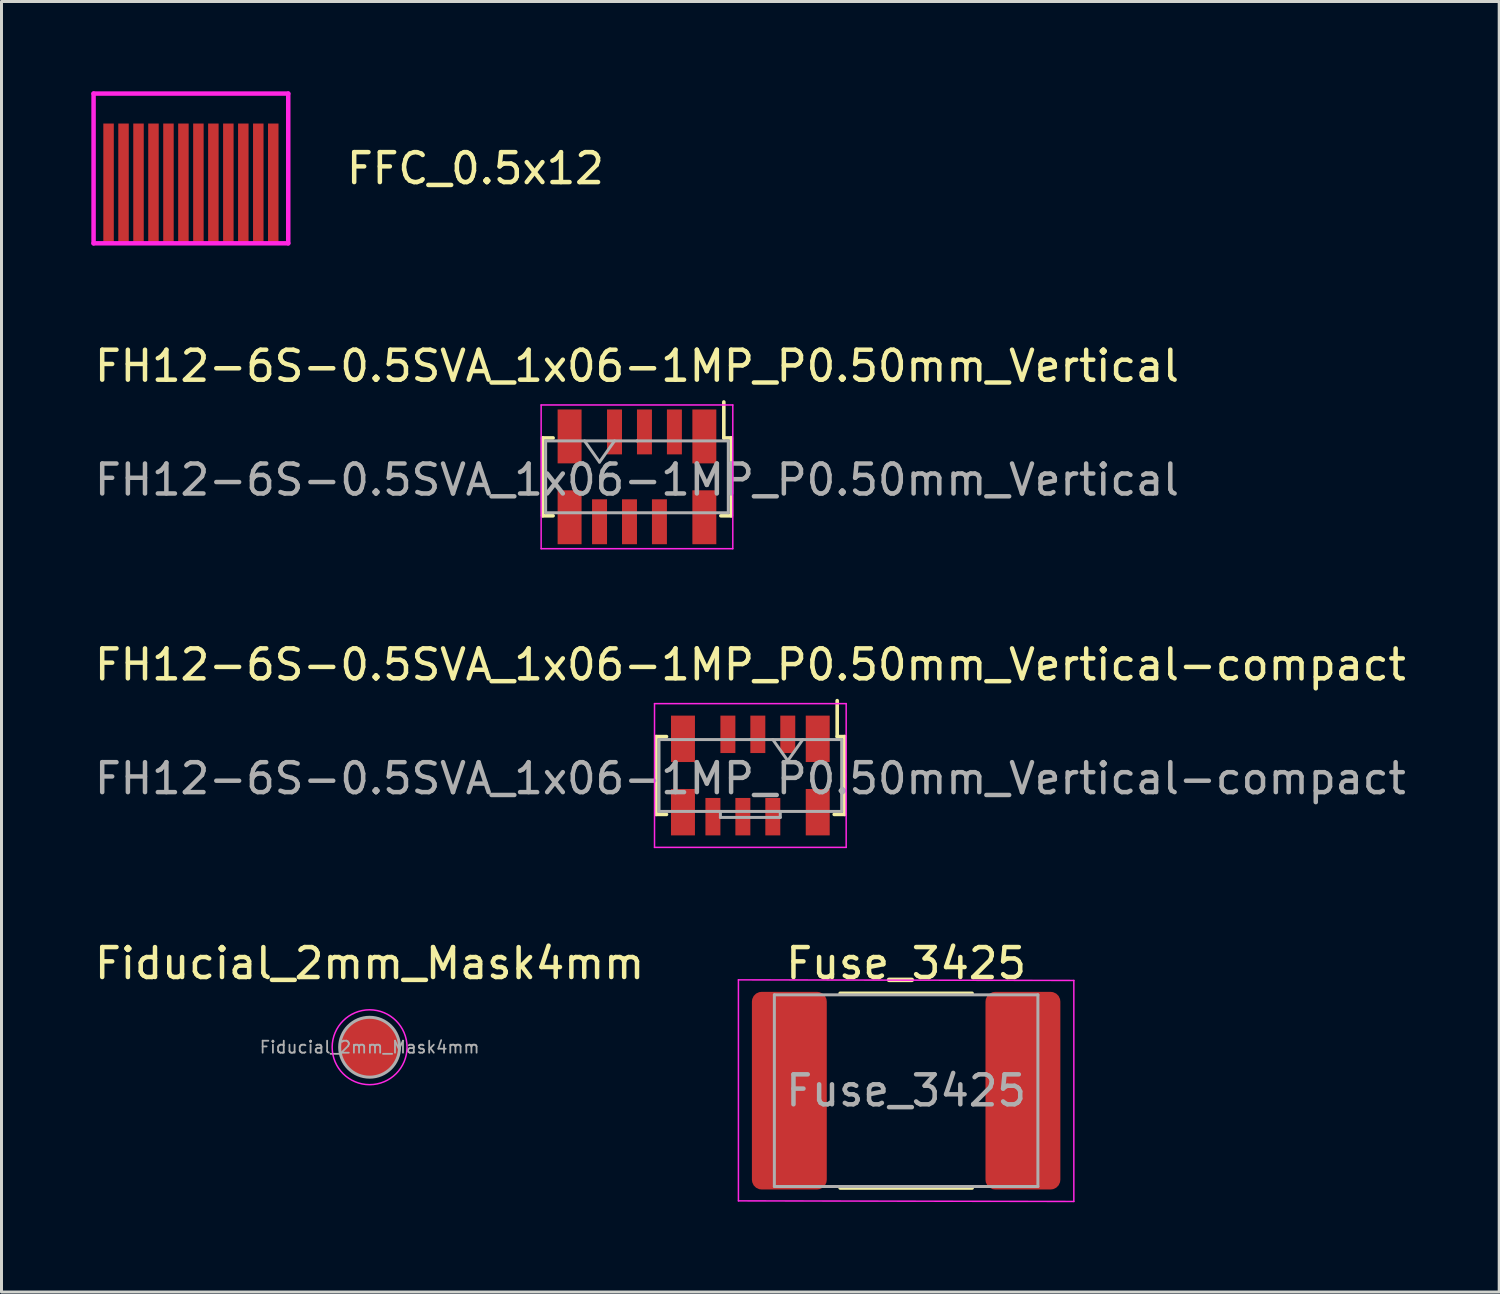
<source format=kicad_pcb>
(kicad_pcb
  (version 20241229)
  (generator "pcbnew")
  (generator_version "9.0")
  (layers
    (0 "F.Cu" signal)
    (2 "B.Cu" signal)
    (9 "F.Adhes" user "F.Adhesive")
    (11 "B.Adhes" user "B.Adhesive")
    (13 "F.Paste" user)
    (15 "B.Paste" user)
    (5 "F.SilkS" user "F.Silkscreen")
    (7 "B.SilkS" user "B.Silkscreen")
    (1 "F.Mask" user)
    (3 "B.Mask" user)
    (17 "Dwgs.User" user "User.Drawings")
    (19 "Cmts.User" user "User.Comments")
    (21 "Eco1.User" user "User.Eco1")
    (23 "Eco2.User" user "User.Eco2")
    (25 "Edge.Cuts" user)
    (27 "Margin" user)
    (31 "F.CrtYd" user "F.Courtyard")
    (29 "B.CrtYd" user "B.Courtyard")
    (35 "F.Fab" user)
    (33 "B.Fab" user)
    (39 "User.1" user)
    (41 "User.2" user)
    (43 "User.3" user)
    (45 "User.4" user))
  (footprint "FH12-6S-0.5SVA_1x06-1MP_P0.50mm_Vertical"
    (layer "F.Cu")
    (at 18.22 12.873)
    (property "Reference" "FH12-6S-0.5SVA_1x06-1MP_P0.50mm_Vertical" (at 0 -3.7 0) (layer "F.SilkS") (effects (font (size 1 1) (thickness 0.15))))
    (attr smd)
    (fp_line (start -3.15 -1.3) (end -3.15 1.3) (stroke (width 0.12) (type solid)) (layer "F.SilkS"))
    (fp_line (start -2.8 -1.3) (end -3.15 -1.3) (stroke (width 0.12) (type solid)) (layer "F.SilkS"))
    (fp_line (start -2.8 1.3) (end -3.15 1.3) (stroke (width 0.12) (type solid)) (layer "F.SilkS"))
    (fp_line (start 2.8 1.3) (end 3.15 1.3) (stroke (width 0.12) (type solid)) (layer "F.SilkS"))
    (fp_line (start 2.9 -1.3) (end 2.9 -2.5) (stroke (width 0.12) (type solid)) (layer "F.SilkS"))
    (fp_line (start 2.9 -1.3) (end 3.15 -1.3) (stroke (width 0.12) (type solid)) (layer "F.SilkS"))
    (fp_line (start 3.15 -1.3) (end 3.15 0.04) (stroke (width 0.12) (type solid)) (layer "F.SilkS"))
    (fp_line (start 3.15 1.3) (end 3.15 -0.04) (stroke (width 0.12) (type solid)) (layer "F.SilkS"))
    (fp_line (start -3.2 -2.4) (end -3.2 2.4) (stroke (width 0.05) (type solid)) (layer "F.CrtYd"))
    (fp_line (start 3.2 -2.4) (end -3.2 -2.4) (stroke (width 0.05) (type solid)) (layer "F.CrtYd"))
    (fp_line (start 3.2 2.4) (end -3.2 2.4) (stroke (width 0.05) (type solid)) (layer "F.CrtYd"))
    (fp_line (start 3.2 2.4) (end 3.2 -2.4) (stroke (width 0.05) (type solid)) (layer "F.CrtYd"))
    (fp_line (start -3.05 -1.2) (end -3.05 1.2) (stroke (width 0.1) (type solid)) (layer "F.Fab"))
    (fp_line (start -1.75 -1.2) (end -1.25 -0.493) (stroke (width 0.1) (type solid)) (layer "F.Fab"))
    (fp_line (start -1.25 -0.493) (end -0.75 -1.2) (stroke (width 0.1) (type solid)) (layer "F.Fab"))
    (fp_line (start 0 -1.2) (end -3.05 -1.2) (stroke (width 0.1) (type solid)) (layer "F.Fab"))
    (fp_line (start 0 -1.2) (end 3.05 -1.2) (stroke (width 0.1) (type solid)) (layer "F.Fab"))
    (fp_line (start 3.05 -1.2) (end 3.05 1.2) (stroke (width 0.1) (type solid)) (layer "F.Fab"))
    (fp_line (start 3.05 1.2) (end -3.05 1.2) (stroke (width 0.1) (type solid)) (layer "F.Fab"))
    (fp_text user "${REFERENCE}" (at 0 0.1 0) (layer "F.Fab") (effects (font (size 1 1) (thickness 0.15))))
    (pad "1" smd rect (at 1.25 -1.5) (size 0.5 1.5) (layers "F.Cu" "F.Mask" "F.Paste"))
    (pad "2" smd rect (at 0.75 1.5) (size 0.5 1.5) (layers "F.Cu" "F.Mask" "F.Paste"))
    (pad "3" smd rect (at 0.25 -1.5) (size 0.5 1.5) (layers "F.Cu" "F.Mask" "F.Paste"))
    (pad "4" smd rect (at -0.25 1.5) (size 0.5 1.5) (layers "F.Cu" "F.Mask" "F.Paste"))
    (pad "5" smd rect (at -0.75 -1.5) (size 0.5 1.5) (layers "F.Cu" "F.Mask" "F.Paste"))
    (pad "6" smd rect (at -1.25 1.5) (size 0.5 1.5) (layers "F.Cu" "F.Mask" "F.Paste"))
    (pad "MP" smd rect (at -2.25 -1.35) (size 0.8 1.8) (layers "F.Cu" "F.Mask" "F.Paste"))
    (pad "MP" smd rect (at -2.25 1.35) (size 0.8 1.8) (layers "F.Cu" "F.Mask" "F.Paste"))
    (pad "MP" smd rect (at 2.25 -1.35 180) (size 0.8 1.8) (layers "F.Cu" "F.Mask" "F.Paste"))
    (pad "MP" smd rect (at 2.25 1.35 180) (size 0.8 1.8) (layers "F.Cu" "F.Mask" "F.Paste")))
  (footprint "FH12-6S-0.5SVA_1x06-1MP_P0.50mm_Vertical-compact"
    (layer "F.Cu")
    (at 22.006 22.846)
    (property "Reference" "FH12-6S-0.5SVA_1x06-1MP_P0.50mm_Vertical-compact" (at 0 -3.7 0) (layer "F.SilkS") (effects (font (size 1 1) (thickness 0.15))))
    (attr smd)
    (fp_line (start -3.15 -1.3) (end -3.15 1.3) (stroke (width 0.12) (type solid)) (layer "F.SilkS"))
    (fp_line (start -2.8 -1.3) (end -3.15 -1.3) (stroke (width 0.12) (type solid)) (layer "F.SilkS"))
    (fp_line (start -2.8 1.3) (end -3.15 1.3) (stroke (width 0.12) (type solid)) (layer "F.SilkS"))
    (fp_line (start 2.8 1.3) (end 3.15 1.3) (stroke (width 0.12) (type solid)) (layer "F.SilkS"))
    (fp_line (start 2.9 -1.3) (end 2.9 -2.5) (stroke (width 0.12) (type solid)) (layer "F.SilkS"))
    (fp_line (start 2.9 -1.3) (end 3.15 -1.3) (stroke (width 0.12) (type solid)) (layer "F.SilkS"))
    (fp_line (start 3.15 -1.3) (end 3.15 0.04) (stroke (width 0.12) (type solid)) (layer "F.SilkS"))
    (fp_line (start 3.15 1.3) (end 3.15 -0.04) (stroke (width 0.12) (type solid)) (layer "F.SilkS"))
    (fp_line (start -3.2 -2.4) (end -3.2 2.4) (stroke (width 0.05) (type solid)) (layer "F.CrtYd"))
    (fp_line (start 3.2 -2.4) (end -3.2 -2.4) (stroke (width 0.05) (type solid)) (layer "F.CrtYd"))
    (fp_line (start 3.2 2.4) (end -3.2 2.4) (stroke (width 0.05) (type solid)) (layer "F.CrtYd"))
    (fp_line (start 3.2 2.4) (end 3.2 -2.4) (stroke (width 0.05) (type solid)) (layer "F.CrtYd"))
    (fp_line (start -3.05 -1.2) (end -3.05 1.2) (stroke (width 0.1) (type solid)) (layer "F.Fab"))
    (fp_line (start -1 1.2) (end -1 1.4) (stroke (width 0.1) (type solid)) (layer "F.Fab"))
    (fp_line (start -1 1.4) (end 1 1.4) (stroke (width 0.1) (type solid)) (layer "F.Fab"))
    (fp_line (start 0 -1.2) (end -3.05 -1.2) (stroke (width 0.1) (type solid)) (layer "F.Fab"))
    (fp_line (start 0 -1.2) (end 3.05 -1.2) (stroke (width 0.1) (type solid)) (layer "F.Fab"))
    (fp_line (start 0.75 -1.2) (end 1.25 -0.493) (stroke (width 0.1) (type solid)) (layer "F.Fab"))
    (fp_line (start 1 1.2) (end 1 1.4) (stroke (width 0.1) (type solid)) (layer "F.Fab"))
    (fp_line (start 1.25 -0.493) (end 1.75 -1.2) (stroke (width 0.1) (type solid)) (layer "F.Fab"))
    (fp_line (start 3.05 -1.2) (end 3.05 1.2) (stroke (width 0.1) (type solid)) (layer "F.Fab"))
    (fp_line (start 3.05 1.2) (end -3.05 1.2) (stroke (width 0.1) (type solid)) (layer "F.Fab"))
    (fp_text user "${REFERENCE}" (at 0 0.1 0) (layer "F.Fab") (effects (font (size 1 1) (thickness 0.15))))
    (pad "1" smd rect (at 1.25 -1.375) (size 0.5 1.25) (layers "F.Cu" "F.Mask" "F.Paste"))
    (pad "2" smd rect (at 0.75 1.375) (size 0.5 1.25) (layers "F.Cu" "F.Mask" "F.Paste"))
    (pad "3" smd rect (at 0.25 -1.375) (size 0.5 1.25) (layers "F.Cu" "F.Mask" "F.Paste"))
    (pad "4" smd rect (at -0.25 1.375) (size 0.5 1.25) (layers "F.Cu" "F.Mask" "F.Paste"))
    (pad "5" smd rect (at -0.75 -1.375) (size 0.5 1.25) (layers "F.Cu" "F.Mask" "F.Paste"))
    (pad "6" smd rect (at -1.25 1.375) (size 0.5 1.25) (layers "F.Cu" "F.Mask" "F.Paste"))
    (pad "MP" smd rect (at -2.25 -1.225) (size 0.8 1.55) (layers "F.Cu" "F.Mask" "F.Paste"))
    (pad "MP" smd rect (at -2.25 1.225) (size 0.8 1.55) (layers "F.Cu" "F.Mask" "F.Paste"))
    (pad "MP" smd rect (at 2.25 -1.225 180) (size 0.8 1.55) (layers "F.Cu" "F.Mask" "F.Paste"))
    (pad "MP" smd rect (at 2.25 1.225 180) (size 0.8 1.55) (layers "F.Cu" "F.Mask" "F.Paste")))
  (footprint "FFC_0.5x12"
    (layer "F.Cu")
    (at 3.325 5.075)
    (property "Reference" "FFC_0.5x12" (at 9.5 -2.5 0) (layer "F.SilkS") (effects (font (size 1 1) (thickness 0.15))))
    (attr through_hole)
    (fp_line (start -3.25 -5) (end -3.25 0) (stroke (width 0.15) (type solid)) (layer "F.CrtYd"))
    (fp_line (start -3.25 0) (end 3.25 0) (stroke (width 0.15) (type solid)) (layer "F.CrtYd"))
    (fp_line (start 3.25 -5) (end -3.25 -5) (stroke (width 0.15) (type solid)) (layer "F.CrtYd"))
    (fp_line (start 3.25 0) (end 3.25 -5) (stroke (width 0.15) (type solid)) (layer "F.CrtYd"))
    (pad "1" connect rect (at -2.75 -2) (size 0.35 4) (layers "F.Cu" "F.Mask"))
    (pad "2" connect rect (at -2.25 -2) (size 0.35 4) (layers "F.Cu" "F.Mask"))
    (pad "3" connect rect (at -1.75 -2) (size 0.35 4) (layers "F.Cu" "F.Mask"))
    (pad "4" connect rect (at -1.25 -2) (size 0.35 4) (layers "F.Cu" "F.Mask"))
    (pad "5" connect rect (at -0.75 -2) (size 0.35 4) (layers "F.Cu" "F.Mask"))
    (pad "6" connect rect (at -0.25 -2) (size 0.35 4) (layers "F.Cu" "F.Mask"))
    (pad "7" connect rect (at 0.25 -2) (size 0.35 4) (layers "F.Cu" "F.Mask"))
    (pad "8" connect rect (at 0.75 -2) (size 0.35 4) (layers "F.Cu" "F.Mask"))
    (pad "9" connect rect (at 1.25 -2) (size 0.35 4) (layers "F.Cu" "F.Mask"))
    (pad "10" connect rect (at 1.75 -2) (size 0.35 4) (layers "F.Cu" "F.Mask"))
    (pad "11" connect rect (at 2.25 -2) (size 0.35 4) (layers "F.Cu" "F.Mask"))
    (pad "12" connect rect (at 2.75 -2) (size 0.35 4) (layers "F.Cu" "F.Mask")))
  (footprint "Fiducial_2mm_Mask4mm"
    (layer "F.Cu")
    (at 9.292 31.92)
    (property "Reference" "Fiducial_2mm_Mask4mm" (at 0 -2.8 0) (layer "F.SilkS") (effects (font (size 1 1) (thickness 0.15))))
    (attr smd)
    (fp_circle (center 0 0) (end 1.25 0) (stroke (width 0.05) (type solid)) (fill no) (layer "F.CrtYd"))
    (fp_circle (center 0 0) (end 1 0) (stroke (width 0.1) (type solid)) (fill no) (layer "F.Fab"))
    (fp_text user "${REFERENCE}" (at 0 0 0) (layer "F.Fab") (effects (font (size 0.4 0.4) (thickness 0.06))))
    (pad "" smd circle (at 0 0) (size 2 2) (layers "F.Cu" "F.Mask")))
  (footprint "Fuse_3425"
    (layer "F.Cu")
    (at 27.208 33.37)
    (property "Reference" "Fuse_3425" (at 0 -4.25 0) (layer "F.SilkS") (effects (font (size 1 1) (thickness 0.15))))
    (attr smd)
    (fp_line (start -2.204 -3.25) (end 2.204 -3.25) (stroke (width 0.12) (type solid)) (layer "F.SilkS"))
    (fp_line (start -2.204 3.25) (end 2.204 3.25) (stroke (width 0.12) (type solid)) (layer "F.SilkS"))
    (fp_line (start -5.6 -3.7) (end 5.6 -3.68) (stroke (width 0.05) (type solid)) (layer "F.CrtYd"))
    (fp_line (start -5.6 3.68) (end -5.6 -3.7) (stroke (width 0.05) (type solid)) (layer "F.CrtYd"))
    (fp_line (start 5.6 3.7) (end -5.6 3.68) (stroke (width 0.05) (type solid)) (layer "F.CrtYd"))
    (fp_line (start 5.6 3.7) (end 5.6 -3.68) (stroke (width 0.05) (type solid)) (layer "F.CrtYd"))
    (fp_line (start -4.4 -3.2) (end 4.4 -3.2) (stroke (width 0.1) (type solid)) (layer "F.Fab"))
    (fp_line (start -4.4 3.2) (end -4.4 -3.2) (stroke (width 0.1) (type solid)) (layer "F.Fab"))
    (fp_line (start 4.4 -3.2) (end 4.4 3.2) (stroke (width 0.1) (type solid)) (layer "F.Fab"))
    (fp_line (start 4.4 3.2) (end -4.4 3.2) (stroke (width 0.1) (type solid)) (layer "F.Fab"))
    (fp_text user "${REFERENCE}" (at 0 0 0) (layer "F.Fab") (effects (font (size 1 1) (thickness 0.15))))
    (pad "1" smd roundrect (at -3.9 0) (size 2.5 6.6) (layers "F.Cu" "F.Mask" "F.Paste") (roundrect_rratio 0.13))
    (pad "2" smd roundrect (at 3.9 0 180) (size 2.5 6.6) (layers "F.Cu" "F.Mask" "F.Paste") (roundrect_rratio 0.13)))
  (gr_rect
    (start -3 -3)
    (end 47.012 40.095)
    (stroke (width 0.1) (type default))
    (fill no)
    (layer "Edge.Cuts")))
</source>
